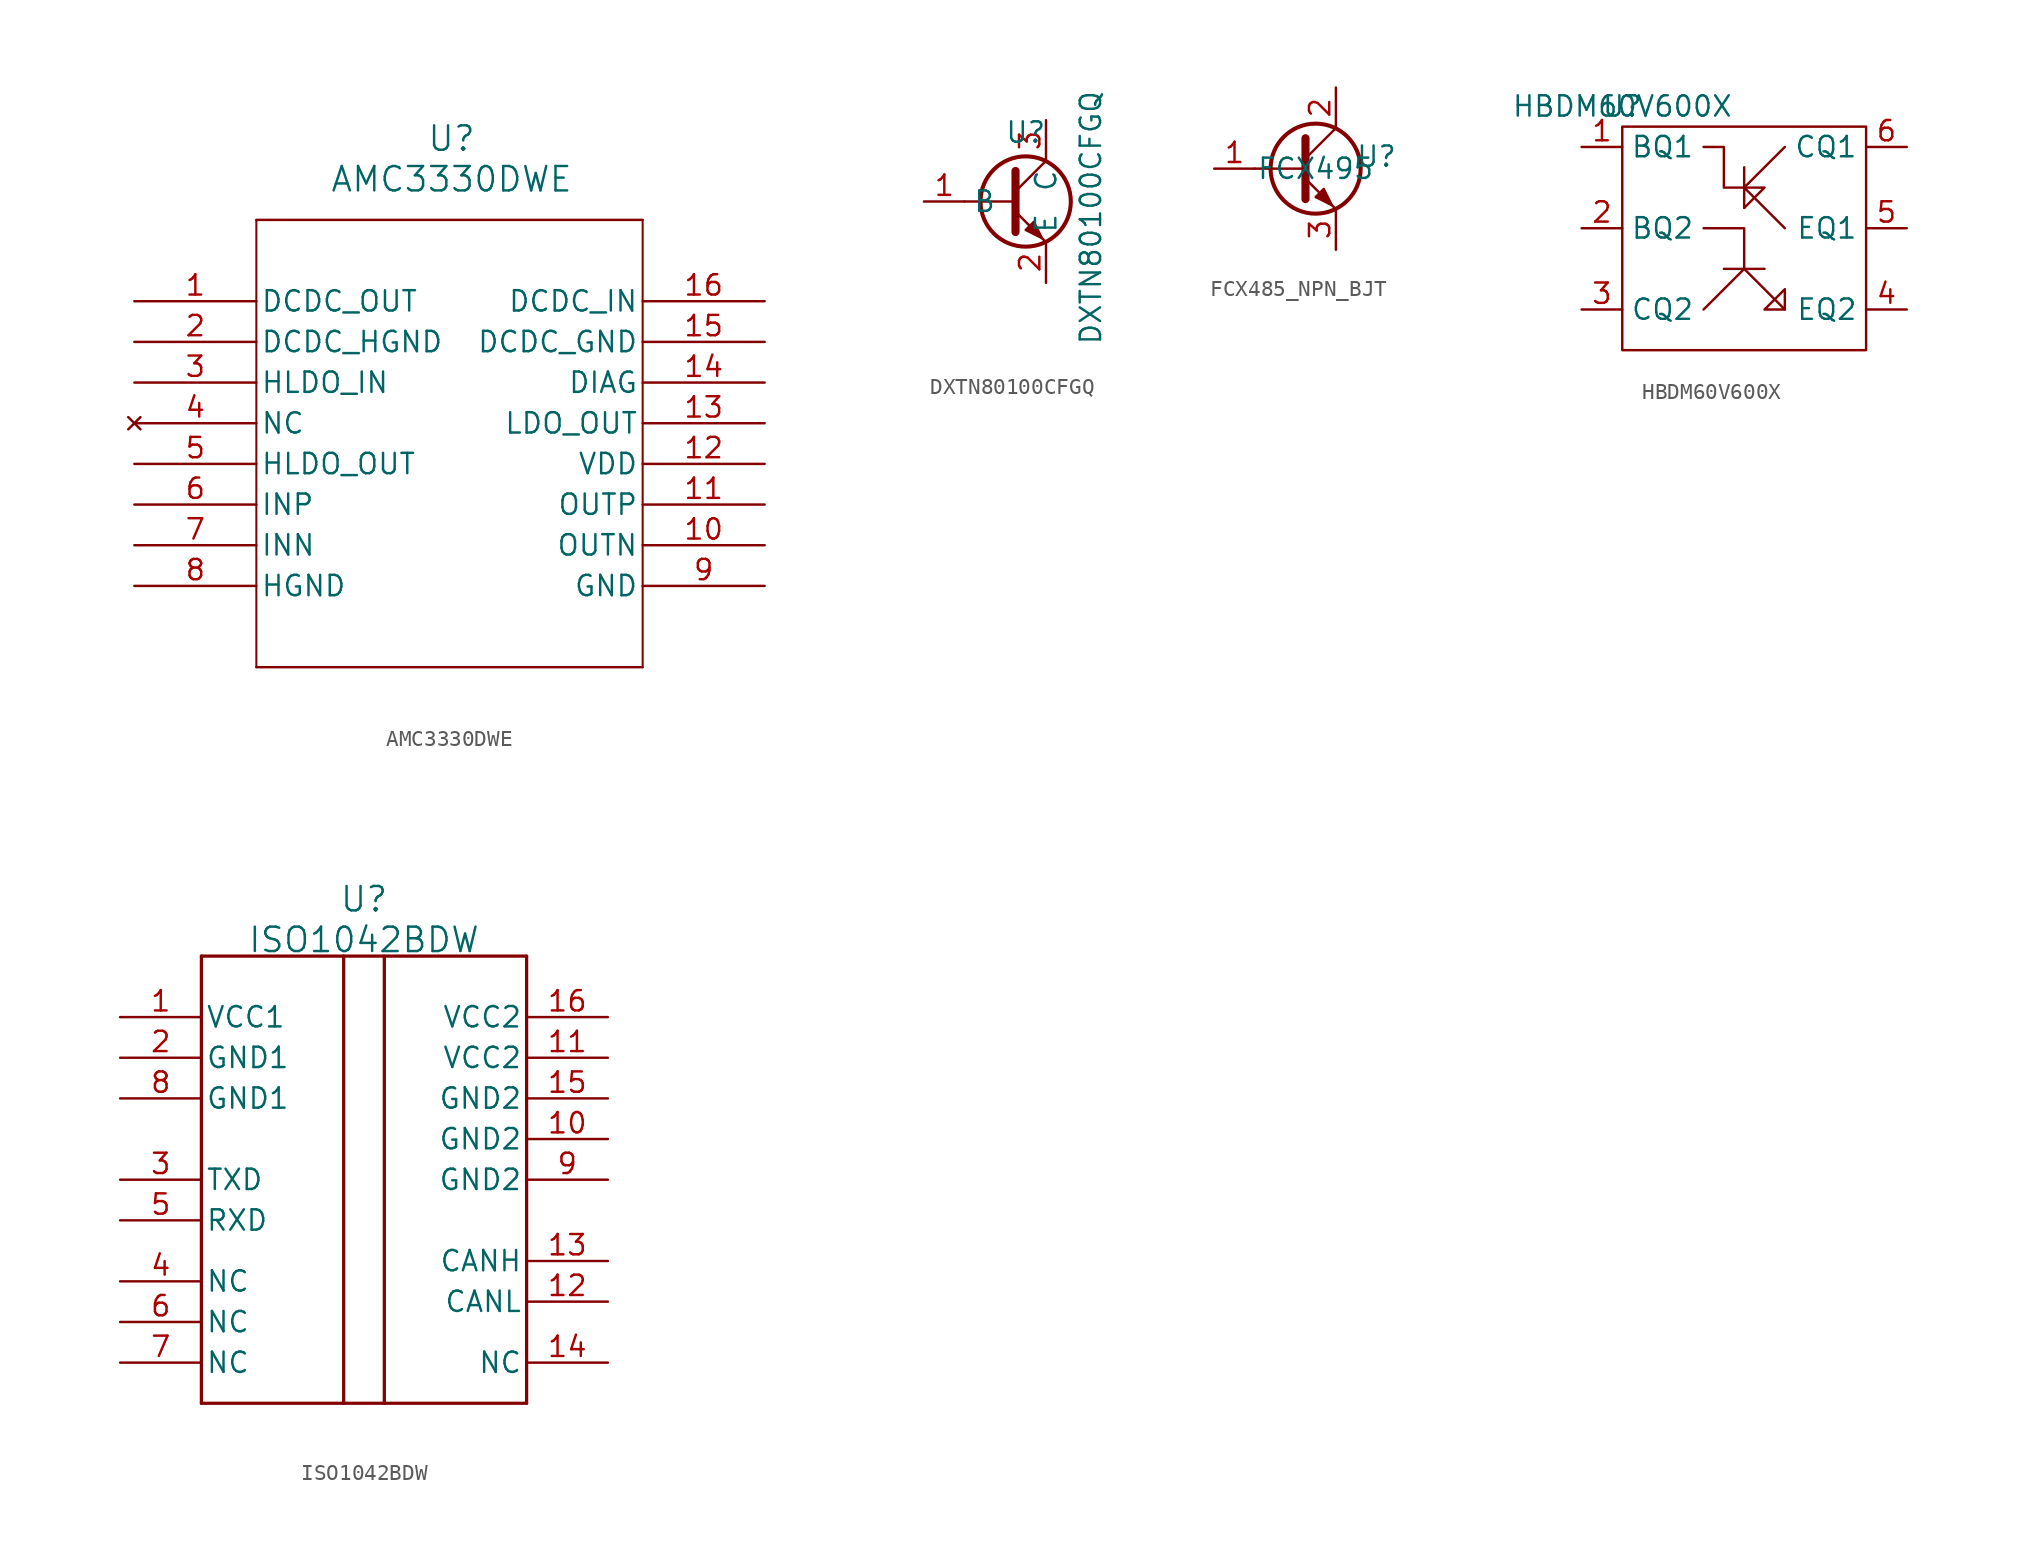
<source format=kicad_sym>
(kicad_symbol_lib
  (version 20241209)
  (generator "kicad_symbol_editor")
  (generator_version "9.0")
  (symbol "AMC3330DWE"
    (pin_names
      (offset 0.254))
    (property "Reference" "U"
      (at 19.812 10.16 0)
      (effects (font (size 1.524 1.524))))
    (property "Value" "AMC3330DWE"
      (at 19.812 7.62 0)
      (effects (font (size 1.524 1.524))))
    (symbol "AMC3330DWE_0_1"
      (polyline (pts (xy 7.62 5.08) (xy 7.62 -22.86)) (stroke (width 0.127) (type default)) (fill (type none)))
      (polyline (pts (xy 7.62 5.08) (xy 31.75 5.08)) (stroke (width 0) (type default)) (fill (type none)))
      (polyline (pts (xy 31.75 -22.86) (xy 7.62 -22.86)) (stroke (width 0) (type default)) (fill (type none)))
      (polyline (pts (xy 31.75 -22.86) (xy 31.75 5.08)) (stroke (width 0.127) (type default)) (fill (type none)))
      (pin output line (at 0 0 0) (length 7.62) (name "DCDC_OUT" (effects (font (size 1.27 1.27)))) (number "1" (effects (font (size 1.27 1.27)))))
      (pin power_out line (at 0 -2.54 0) (length 7.62) (name "DCDC_HGND" (effects (font (size 1.27 1.27)))) (number "2" (effects (font (size 1.27 1.27)))))
      (pin unspecified line (at 0 -5.08 0) (length 7.62) (name "HLDO_IN" (effects (font (size 1.27 1.27)))) (number "3" (effects (font (size 1.27 1.27)))))
      (pin no_connect line (at 0 -7.62 0) (length 7.62) (name "NC" (effects (font (size 1.27 1.27)))) (number "4" (effects (font (size 1.27 1.27)))))
      (pin output line (at 0 -10.16 0) (length 7.62) (name "HLDO_OUT" (effects (font (size 1.27 1.27)))) (number "5" (effects (font (size 1.27 1.27)))))
      (pin input line (at 0 -12.7 0) (length 7.62) (name "INP" (effects (font (size 1.27 1.27)))) (number "6" (effects (font (size 1.27 1.27)))))
      (pin input line (at 0 -15.24 0) (length 7.62) (name "INN" (effects (font (size 1.27 1.27)))) (number "7" (effects (font (size 1.27 1.27)))))
      (pin power_out line (at 0 -17.78 0) (length 7.62) (name "HGND" (effects (font (size 1.27 1.27)))) (number "8" (effects (font (size 1.27 1.27)))))
      (pin unspecified line (at 39.37 0 180) (length 7.62) (name "DCDC_IN" (effects (font (size 1.27 1.27)))) (number "16" (effects (font (size 1.27 1.27)))))
      (pin power_out line (at 39.37 -2.54 180) (length 7.62) (name "DCDC_GND" (effects (font (size 1.27 1.27)))) (number "15" (effects (font (size 1.27 1.27)))))
      (pin unspecified line (at 39.37 -5.08 180) (length 7.62) (name "DIAG" (effects (font (size 1.27 1.27)))) (number "14" (effects (font (size 1.27 1.27)))))
      (pin output line (at 39.37 -7.62 180) (length 7.62) (name "LDO_OUT" (effects (font (size 1.27 1.27)))) (number "13" (effects (font (size 1.27 1.27)))))
      (pin power_in line (at 39.37 -10.16 180) (length 7.62) (name "VDD" (effects (font (size 1.27 1.27)))) (number "12" (effects (font (size 1.27 1.27)))))
      (pin output line (at 39.37 -12.7 180) (length 7.62) (name "OUTP" (effects (font (size 1.27 1.27)))) (number "11" (effects (font (size 1.27 1.27)))))
      (pin output line (at 39.37 -15.24 180) (length 7.62) (name "OUTN" (effects (font (size 1.27 1.27)))) (number "10" (effects (font (size 1.27 1.27)))))
      (pin power_out line (at 39.37 -17.78 180) (length 7.62) (name "GND" (effects (font (size 1.27 1.27)))) (number "9" (effects (font (size 1.27 1.27)))))))
  (symbol "DXTN80100CFGQ"
    (property "Reference" "U"
      (at 0 4.318 0)
      (effects (font (size 1.27 1.27))))
    (property "Value" "DXTN80100CFGQ"
      (at 4.064 -1.016 90)
      (effects (font (size 1.27 1.27))))
    (symbol "DXTN80100CFGQ_0_1"
      (polyline (pts (xy -3.81 0) (xy -0.635 0)) (stroke (width 0) (type default)) (fill (type none)))
      (polyline (pts (xy -0.635 1.905) (xy -0.635 -1.905)) (stroke (width 0.508) (type default)) (fill (type none)))
      (circle (center 0 0) (radius 2.819) (stroke (width 0.254) (type default)) (fill (type none))))
    (symbol "DXTN80100CFGQ_1_1"
      (polyline (pts (xy -0.635 0.635) (xy 1.27 2.54)) (stroke (width 0) (type default)) (fill (type none)))
      (polyline (pts (xy -0.635 -0.635) (xy 1.27 -2.54)) (stroke (width 0) (type default)) (fill (type none)))
      (polyline (pts (xy 0 -1.778) (xy 0.508 -1.27) (xy 1.016 -2.286) (xy 0 -1.778)) (stroke (width 0) (type default)) (fill (type outline)))
      (pin input line (at -6.35 0 0) (length 2.54) (name "B" (effects (font (size 1.27 1.27)))) (number "1" (effects (font (size 1.27 1.27)))))
      (pin passive line (at 1.27 5.08 270) (length 2.54) (name "C" (effects (font (size 1.27 1.27)))) (number "3" (effects (font (size 1.27 1.27)))))
      (pin passive line (at 1.27 -5.08 90) (length 2.54) (name "E" (effects (font (size 1.27 1.27)))) (number "2" (effects (font (size 1.27 1.27)))))))
  (symbol "FCX485_NPN_BJT"
    (property "Reference" "U"
      (at 3.81 0.762 0)
      (effects (font (size 1.27 1.27))))
    (property "Value" "FCX495"
      (at 0 0 0)
      (effects (font (size 1.27 1.27))))
    (symbol "FCX485_NPN_BJT_0_1"
      (polyline (pts (xy -3.81 0) (xy -0.635 0)) (stroke (width 0) (type default)) (fill (type none)))
      (polyline (pts (xy -0.635 1.905) (xy -0.635 -1.905)) (stroke (width 0.508) (type default)) (fill (type none)))
      (polyline (pts (xy -0.635 0.635) (xy 1.27 2.54)) (stroke (width 0) (type default)) (fill (type none)))
      (polyline (pts (xy -0.635 -0.635) (xy 1.27 -2.54)) (stroke (width 0) (type default)) (fill (type none)))
      (circle (center 0 0) (radius 2.819) (stroke (width 0.254) (type default)) (fill (type none)))
      (polyline (pts (xy 0 -1.778) (xy 0.508 -1.27) (xy 1.016 -2.286) (xy 0 -1.778)) (stroke (width 0) (type default)) (fill (type outline))))
    (symbol "FCX485_NPN_BJT_1_1"
      (pin input line (at -6.35 0 0) (length 2.54) (name "" (effects (font (size 1.27 1.27)))) (number "1" (effects (font (size 1.27 1.27)))))
      (pin passive line (at 1.27 5.08 270) (length 2.54) (name "" (effects (font (size 1.27 1.27)))) (number "2" (effects (font (size 1.27 1.27)))))
      (pin passive line (at 1.27 -5.08 90) (length 2.54) (name "" (effects (font (size 1.27 1.27)))) (number "3" (effects (font (size 1.27 1.27)))))))
  (symbol "HBDM60V600X"
    (property "Reference" "U"
      (at 0 0 0)
      (effects (font (size 1.27 1.27))))
    (property "Value" "HBDM60V600X"
      (at 0 0 0)
      (effects (font (size 1.27 1.27))))
    (symbol "HBDM60V600X_0_1"
      (rectangle (start 0 -1.27) (end 15.24 -15.24) (stroke (width 0) (type default)) (fill (type none)))
      (polyline (pts (xy 7.62 -5.08) (xy 8.89 -5.08) (xy 7.62 -6.35)) (stroke (width 0) (type default)) (fill (type none)))
      (polyline (pts (xy 7.62 -5.08) (xy 6.35 -5.08) (xy 6.35 -2.54) (xy 5.08 -2.54)) (stroke (width 0) (type default)) (fill (type none)))
      (polyline (pts (xy 7.62 -10.16) (xy 7.62 -7.62) (xy 5.08 -7.62)) (stroke (width 0) (type default)) (fill (type none)))
      (polyline (pts (xy 10.16 -2.54) (xy 7.62 -5.08) (xy 7.62 -3.81) (xy 7.62 -6.35) (xy 7.62 -5.08) (xy 10.16 -7.62)) (stroke (width 0) (type default)) (fill (type none)))
      (polyline (pts (xy 10.16 -12.7) (xy 8.89 -12.7) (xy 10.16 -11.43) (xy 10.16 -12.7)) (stroke (width 0) (type default)) (fill (type none)))
      (polyline (pts (xy 10.16 -12.7) (xy 7.62 -10.16) (xy 8.89 -10.16) (xy 6.35 -10.16) (xy 7.62 -10.16) (xy 5.08 -12.7)) (stroke (width 0) (type default)) (fill (type none))))
    (symbol "HBDM60V600X_1_1"
      (pin passive line (at -2.54 -2.54 0) (length 2.54) (name "BQ1" (effects (font (size 1.27 1.27)))) (number "1" (effects (font (size 1.27 1.27)))))
      (pin passive line (at -2.54 -7.62 0) (length 2.54) (name "BQ2" (effects (font (size 1.27 1.27)))) (number "2" (effects (font (size 1.27 1.27)))))
      (pin passive line (at -2.54 -12.7 0) (length 2.54) (name "CQ2" (effects (font (size 1.27 1.27)))) (number "3" (effects (font (size 1.27 1.27)))))
      (pin passive line (at 17.78 -2.54 180) (length 2.54) (name "CQ1" (effects (font (size 1.27 1.27)))) (number "6" (effects (font (size 1.27 1.27)))))
      (pin passive line (at 17.78 -7.62 180) (length 2.54) (name "EQ1" (effects (font (size 1.27 1.27)))) (number "5" (effects (font (size 1.27 1.27)))))
      (pin passive line (at 17.78 -12.7 180) (length 2.54) (name "EQ2" (effects (font (size 1.27 1.27)))) (number "4" (effects (font (size 1.27 1.27)))))))
  (symbol "ISO1042BDW"
    (pin_names
      (offset 0.254))
    (property "Reference" "U"
      (at 0 21.336 0)
      (effects (font (size 1.524 1.524))))
    (property "Value" "ISO1042BDW"
      (at 0 18.796 0)
      (effects (font (size 1.524 1.524))))
    (symbol "ISO1042BDW_0_1"
      (polyline (pts (xy -10.16 17.78) (xy -10.16 -10.16)) (stroke (width 0.203) (type default)) (fill (type none)))
      (polyline (pts (xy -10.16 -10.16) (xy 10.16 -10.16)) (stroke (width 0.203) (type default)) (fill (type none)))
      (polyline (pts (xy -1.27 -10.16) (xy -1.27 17.78)) (stroke (width 0.203) (type default)) (fill (type none)))
      (polyline (pts (xy 1.27 -10.16) (xy 1.27 17.78)) (stroke (width 0.203) (type default)) (fill (type none)))
      (polyline (pts (xy 10.16 17.78) (xy -10.16 17.78)) (stroke (width 0.203) (type default)) (fill (type none)))
      (polyline (pts (xy 10.16 -10.16) (xy 10.16 17.78)) (stroke (width 0.203) (type default)) (fill (type none)))
      (pin power_in line (at -15.24 13.97 0) (length 5.08) (name "VCC1" (effects (font (size 1.27 1.27)))) (number "1" (effects (font (size 1.27 1.27)))))
      (pin power_in line (at -15.24 11.43 0) (length 5.08) (name "GND1" (effects (font (size 1.27 1.27)))) (number "2" (effects (font (size 1.27 1.27)))))
      (pin power_in line (at -15.24 8.89 0) (length 5.08) (name "GND1" (effects (font (size 1.27 1.27)))) (number "8" (effects (font (size 1.27 1.27)))))
      (pin input line (at -15.24 3.81 0) (length 5.08) (name "TXD" (effects (font (size 1.27 1.27)))) (number "3" (effects (font (size 1.27 1.27)))))
      (pin output line (at -15.24 1.27 0) (length 5.08) (name "RXD" (effects (font (size 1.27 1.27)))) (number "5" (effects (font (size 1.27 1.27)))))
      (pin unspecified line (at -15.24 -2.54 0) (length 5.08) (name "NC" (effects (font (size 1.27 1.27)))) (number "4" (effects (font (size 1.27 1.27)))))
      (pin unspecified line (at -15.24 -5.08 0) (length 5.08) (name "NC" (effects (font (size 1.27 1.27)))) (number "6" (effects (font (size 1.27 1.27)))))
      (pin unspecified line (at -15.24 -7.62 0) (length 5.08) (name "NC" (effects (font (size 1.27 1.27)))) (number "7" (effects (font (size 1.27 1.27)))))
      (pin power_in line (at 15.24 13.97 180) (length 5.08) (name "VCC2" (effects (font (size 1.27 1.27)))) (number "16" (effects (font (size 1.27 1.27)))))
      (pin power_in line (at 15.24 11.43 180) (length 5.08) (name "VCC2" (effects (font (size 1.27 1.27)))) (number "11" (effects (font (size 1.27 1.27)))))
      (pin power_in line (at 15.24 8.89 180) (length 5.08) (name "GND2" (effects (font (size 1.27 1.27)))) (number "15" (effects (font (size 1.27 1.27)))))
      (pin power_in line (at 15.24 6.35 180) (length 5.08) (name "GND2" (effects (font (size 1.27 1.27)))) (number "10" (effects (font (size 1.27 1.27)))))
      (pin power_in line (at 15.24 3.81 180) (length 5.08) (name "GND2" (effects (font (size 1.27 1.27)))) (number "9" (effects (font (size 1.27 1.27)))))
      (pin bidirectional line (at 15.24 -1.27 180) (length 5.08) (name "CANH" (effects (font (size 1.27 1.27)))) (number "13" (effects (font (size 1.27 1.27)))))
      (pin bidirectional line (at 15.24 -3.81 180) (length 5.08) (name "CANL" (effects (font (size 1.27 1.27)))) (number "12" (effects (font (size 1.27 1.27)))))
      (pin unspecified line (at 15.24 -7.62 180) (length 5.08) (name "NC" (effects (font (size 1.27 1.27)))) (number "14" (effects (font (size 1.27 1.27))))))))
</source>
